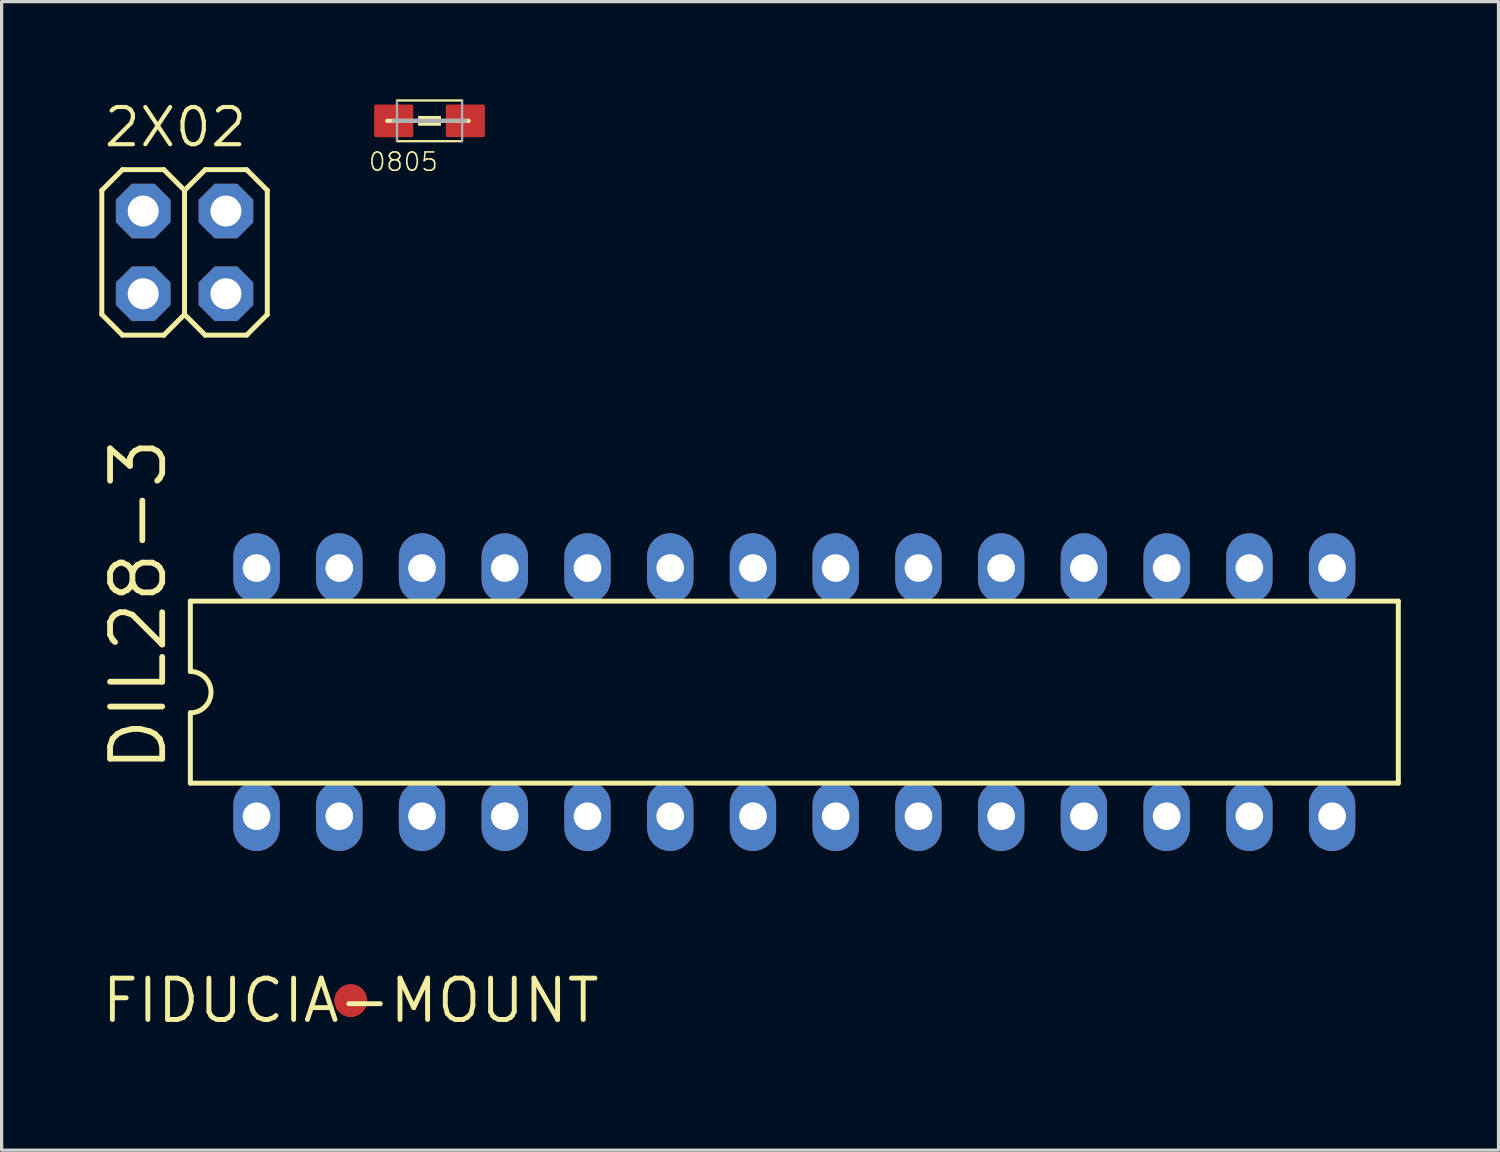
<source format=kicad_pcb>
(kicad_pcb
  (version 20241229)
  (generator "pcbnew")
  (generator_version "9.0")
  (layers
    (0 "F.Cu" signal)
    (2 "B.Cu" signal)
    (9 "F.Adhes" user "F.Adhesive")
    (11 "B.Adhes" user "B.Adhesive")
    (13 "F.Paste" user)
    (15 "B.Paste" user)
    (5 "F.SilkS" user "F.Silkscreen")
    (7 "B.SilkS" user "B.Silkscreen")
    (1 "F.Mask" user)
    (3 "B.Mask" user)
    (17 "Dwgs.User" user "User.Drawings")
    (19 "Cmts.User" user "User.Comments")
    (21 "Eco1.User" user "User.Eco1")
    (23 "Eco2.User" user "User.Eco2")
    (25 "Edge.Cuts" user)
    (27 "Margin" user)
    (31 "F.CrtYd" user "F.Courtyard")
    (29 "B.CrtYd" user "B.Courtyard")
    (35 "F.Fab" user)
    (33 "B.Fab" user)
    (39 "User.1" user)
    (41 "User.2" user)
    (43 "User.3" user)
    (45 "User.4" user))
  (footprint "DIL28-3"
    (layer "F.Cu")
    (at 21.336 18.199)
    (property "Reference" "DIL28-3" (at -19.202 2.54 90) (layer "F.SilkS") (effects (font (size 1.6 1.6) (thickness 0.178)) (justify left bottom)))
    (fp_line (start -18.542 -2.794) (end -18.542 -0.635) (stroke (width 0.152) (type solid)) (layer "F.SilkS"))
    (fp_line (start -18.542 -2.794) (end 18.542 -2.794) (stroke (width 0.152) (type solid)) (layer "F.SilkS"))
    (fp_line (start -18.542 0.635) (end -18.542 2.794) (stroke (width 0.152) (type solid)) (layer "F.SilkS"))
    (fp_line (start -18.542 2.794) (end 18.542 2.794) (stroke (width 0.152) (type solid)) (layer "F.SilkS"))
    (fp_line (start 18.542 -2.794) (end 18.542 2.794) (stroke (width 0.152) (type solid)) (layer "F.SilkS"))
    (fp_arc (start -18.542 -0.635) (mid -17.907 0) (end -18.542 0.635) (stroke (width 0.1524) (type solid)) (layer "F.SilkS"))
    (pad "1" thru_hole oval (at -16.51 3.81 90) (size 2.134 1.422) (drill 0.85) (layers "*.Cu" "*.Mask"))
    (pad "2" thru_hole oval (at -13.97 3.81 90) (size 2.134 1.422) (drill 0.85) (layers "*.Cu" "*.Mask"))
    (pad "3" thru_hole oval (at -11.43 3.81 90) (size 2.134 1.422) (drill 0.85) (layers "*.Cu" "*.Mask"))
    (pad "4" thru_hole oval (at -8.89 3.81 90) (size 2.134 1.422) (drill 0.85) (layers "*.Cu" "*.Mask"))
    (pad "5" thru_hole oval (at -6.35 3.81 90) (size 2.134 1.422) (drill 0.85) (layers "*.Cu" "*.Mask"))
    (pad "6" thru_hole oval (at -3.81 3.81 90) (size 2.134 1.422) (drill 0.85) (layers "*.Cu" "*.Mask"))
    (pad "7" thru_hole oval (at -1.27 3.81 90) (size 2.134 1.422) (drill 0.85) (layers "*.Cu" "*.Mask"))
    (pad "8" thru_hole oval (at 1.27 3.81 90) (size 2.134 1.422) (drill 0.85) (layers "*.Cu" "*.Mask"))
    (pad "9" thru_hole oval (at 3.81 3.81 90) (size 2.134 1.422) (drill 0.85) (layers "*.Cu" "*.Mask"))
    (pad "10" thru_hole oval (at 6.35 3.81 90) (size 2.134 1.422) (drill 0.85) (layers "*.Cu" "*.Mask"))
    (pad "11" thru_hole oval (at 8.89 3.81 90) (size 2.134 1.422) (drill 0.85) (layers "*.Cu" "*.Mask"))
    (pad "12" thru_hole oval (at 11.43 3.81 90) (size 2.134 1.422) (drill 0.85) (layers "*.Cu" "*.Mask"))
    (pad "13" thru_hole oval (at 13.97 3.81 90) (size 2.134 1.422) (drill 0.85) (layers "*.Cu" "*.Mask"))
    (pad "14" thru_hole oval (at 16.51 3.81 90) (size 2.134 1.422) (drill 0.85) (layers "*.Cu" "*.Mask"))
    (pad "15" thru_hole oval (at 16.51 -3.81 90) (size 2.134 1.422) (drill 0.85) (layers "*.Cu" "*.Mask"))
    (pad "16" thru_hole oval (at 13.97 -3.81 90) (size 2.134 1.422) (drill 0.85) (layers "*.Cu" "*.Mask"))
    (pad "17" thru_hole oval (at 11.43 -3.81 90) (size 2.134 1.422) (drill 0.85) (layers "*.Cu" "*.Mask"))
    (pad "18" thru_hole oval (at 8.89 -3.81 90) (size 2.134 1.422) (drill 0.85) (layers "*.Cu" "*.Mask"))
    (pad "19" thru_hole oval (at 6.35 -3.81 90) (size 2.134 1.422) (drill 0.85) (layers "*.Cu" "*.Mask"))
    (pad "20" thru_hole oval (at 3.81 -3.81 90) (size 2.134 1.422) (drill 0.85) (layers "*.Cu" "*.Mask"))
    (pad "21" thru_hole oval (at 1.27 -3.81 90) (size 2.134 1.422) (drill 0.85) (layers "*.Cu" "*.Mask"))
    (pad "22" thru_hole oval (at -1.27 -3.81 90) (size 2.134 1.422) (drill 0.85) (layers "*.Cu" "*.Mask"))
    (pad "23" thru_hole oval (at -3.81 -3.81 90) (size 2.134 1.422) (drill 0.85) (layers "*.Cu" "*.Mask"))
    (pad "24" thru_hole oval (at -6.35 -3.81 90) (size 2.134 1.422) (drill 0.85) (layers "*.Cu" "*.Mask"))
    (pad "25" thru_hole oval (at -8.89 -3.81 90) (size 2.134 1.422) (drill 0.85) (layers "*.Cu" "*.Mask"))
    (pad "26" thru_hole oval (at -11.43 -3.81 90) (size 2.134 1.422) (drill 0.85) (layers "*.Cu" "*.Mask"))
    (pad "27" thru_hole oval (at -13.97 -3.81 90) (size 2.134 1.422) (drill 0.85) (layers "*.Cu" "*.Mask"))
    (pad "28" thru_hole oval (at -16.51 -3.81 90) (size 2.134 1.422) (drill 0.85) (layers "*.Cu" "*.Mask")))
  (footprint "0805"
    (layer "F.Cu")
    (at 10.137 0.66)
    (property "Reference" "0805" (at -1.905 1.587 0) (layer "F.SilkS") (effects (font (size 0.561 0.561) (thickness 0.049)) (justify left bottom)))
    (fp_line (start -1.3 0) (end 1.2 0) (stroke (width 0.127) (type solid)) (layer "F.SilkS"))
    (fp_line (start -1 -0.625) (end 1 -0.625) (stroke (width 0.07) (type solid)) (layer "F.SilkS"))
    (fp_line (start 1 0.625) (end -1 0.625) (stroke (width 0.07) (type solid)) (layer "F.SilkS"))
    (fp_poly (pts (xy -0.35 0.15) (xy 0.35 0.15) (xy 0.35 -0.15) (xy -0.35 -0.15)) (stroke (width 0) (type default)) (fill yes) (layer "F.SilkS"))
    (fp_line (start -1.1 0) (end 1.1 0) (stroke (width 0.127) (type solid)) (layer "F.Fab"))
    (fp_line (start -1 0.625) (end -1 -0.625) (stroke (width 0.07) (type solid)) (layer "F.Fab"))
    (fp_line (start 1 -0.625) (end 1 0.625) (stroke (width 0.07) (type solid)) (layer "F.Fab"))
    (pad "1" smd roundrect (at -1.1 0) (size 1.2 1) (layers "F.Cu" "F.Mask" "F.Paste") (roundrect_rratio 0.051))
    (pad "2" smd roundrect (at 1.1 0) (size 1.2 1) (layers "F.Cu" "F.Mask" "F.Paste") (roundrect_rratio 0.051)))
  (footprint "FIDUCIA-MOUNT"
    (layer "F.Cu")
    (at 7.718 27.668)
    (property "Reference" "FIDUCIA-MOUNT" (at 0 0 0) (layer "F.SilkS") (effects (font (size 1.27 1.27) (thickness 0.15))))
    (fp_circle (center 0 0) (end 0.5 0) (stroke (width 2.184) (type solid)) (fill no) (layer "F.Mask"))
    (pad "P$1" smd roundrect (at 0 0) (size 1.016 1.016) (layers "F.Cu" "F.Mask" "F.Paste") (roundrect_rratio 0.5))
    (zone (net_name "") (layer "F.Cu") (hatch edge 0.5) (connect_pads) (min_thickness 0.25) (filled_areas_thickness no) (keepout (tracks not_allowed) (vias not_allowed) (pads not_allowed) (copperpour not_allowed) (footprints allowed)) (placement (enabled no)) (fill) (polygon (pts (xy 9.281 27.668) (xy 9.261 27.418) (xy 9.201 27.173) (xy 9.102 26.942) (xy 8.968 26.729) (xy 8.801 26.541) (xy 8.606 26.382) (xy 8.388 26.256) (xy 8.153 26.167) (xy 7.906 26.116) (xy 7.655 26.106) (xy 7.405 26.136) (xy 7.164 26.206) (xy 6.936 26.314) (xy 6.729 26.457) (xy 6.548 26.632) (xy 6.397 26.833) (xy 6.28 27.056) (xy 6.2 27.294) (xy 6.16 27.543) (xy 6.16 27.794) (xy 6.2 28.043) (xy 6.28 28.281) (xy 6.397 28.504) (xy 6.548 28.705) (xy 6.729 28.879) (xy 6.936 29.022) (xy 7.164 29.13) (xy 7.405 29.2) (xy 7.655 29.231) (xy 7.906 29.22) (xy 8.153 29.17) (xy 8.388 29.081) (xy 8.606 28.955) (xy 8.801 28.796) (xy 8.968 28.608) (xy 9.102 28.395) (xy 9.201 28.163) (xy 9.261 27.919))) (polygon (pts (xy 9.154 27.668) (xy 9.135 27.432) (xy 9.077 27.202) (xy 8.981 26.985) (xy 8.852 26.786) (xy 8.691 26.611) (xy 8.504 26.466) (xy 8.295 26.353) (xy 8.071 26.276) (xy 7.837 26.237) (xy 7.599 26.237) (xy 7.365 26.276) (xy 7.141 26.353) (xy 6.932 26.466) (xy 6.745 26.611) (xy 6.584 26.786) (xy 6.455 26.985) (xy 6.359 27.202) (xy 6.301 27.432) (xy 6.281 27.668) (xy 6.301 27.905) (xy 6.359 28.135) (xy 6.455 28.352) (xy 6.584 28.551) (xy 6.745 28.725) (xy 6.932 28.871) (xy 7.141 28.984) (xy 7.365 29.061) (xy 7.599 29.1) (xy 7.837 29.1) (xy 8.071 29.061) (xy 8.295 28.984) (xy 8.504 28.871) (xy 8.691 28.725) (xy 8.852 28.551) (xy 8.981 28.352) (xy 9.077 28.135) (xy 9.135 27.905)))))
  (footprint "2X02"
    (layer "F.Cu")
    (at 2.616 4.699)
    (property "Reference" "2X02" (at -2.54 -3.175 0) (layer "F.SilkS") (effects (font (size 1.143 1.143) (thickness 0.127)) (justify left bottom)))
    (fp_line (start -2.54 -1.905) (end -1.905 -2.54) (stroke (width 0.152) (type solid)) (layer "F.SilkS"))
    (fp_line (start -2.54 1.905) (end -2.54 -1.905) (stroke (width 0.152) (type solid)) (layer "F.SilkS"))
    (fp_line (start -2.54 1.905) (end -1.905 2.54) (stroke (width 0.152) (type solid)) (layer "F.SilkS"))
    (fp_line (start -1.905 -2.54) (end -0.635 -2.54) (stroke (width 0.152) (type solid)) (layer "F.SilkS"))
    (fp_line (start -1.905 2.54) (end -0.635 2.54) (stroke (width 0.152) (type solid)) (layer "F.SilkS"))
    (fp_line (start -0.635 -2.54) (end 0 -1.905) (stroke (width 0.152) (type solid)) (layer "F.SilkS"))
    (fp_line (start -0.635 2.54) (end 0 1.905) (stroke (width 0.152) (type solid)) (layer "F.SilkS"))
    (fp_line (start 0 -1.905) (end 0 1.905) (stroke (width 0.152) (type solid)) (layer "F.SilkS"))
    (fp_line (start 0 -1.905) (end 0.635 -2.54) (stroke (width 0.152) (type solid)) (layer "F.SilkS"))
    (fp_line (start 0 1.905) (end 0.635 2.54) (stroke (width 0.152) (type solid)) (layer "F.SilkS"))
    (fp_line (start 0.635 -2.54) (end 1.905 -2.54) (stroke (width 0.152) (type solid)) (layer "F.SilkS"))
    (fp_line (start 0.635 2.54) (end 1.905 2.54) (stroke (width 0.152) (type solid)) (layer "F.SilkS"))
    (fp_line (start 1.905 -2.54) (end 2.54 -1.905) (stroke (width 0.152) (type solid)) (layer "F.SilkS"))
    (fp_line (start 1.905 2.54) (end 2.54 1.905) (stroke (width 0.152) (type solid)) (layer "F.SilkS"))
    (fp_line (start 2.54 -1.905) (end 2.54 1.905) (stroke (width 0.152) (type solid)) (layer "F.SilkS"))
    (fp_poly (pts (xy -1.524 -1.016) (xy -1.016 -1.016) (xy -1.016 -1.524) (xy -1.524 -1.524)) (stroke (width 0.1) (type default)) (fill no) (layer "F.Fab"))
    (fp_poly (pts (xy -1.524 1.524) (xy -1.016 1.524) (xy -1.016 1.016) (xy -1.524 1.016)) (stroke (width 0.1) (type default)) (fill no) (layer "F.Fab"))
    (fp_poly (pts (xy 1.016 -1.016) (xy 1.524 -1.016) (xy 1.524 -1.524) (xy 1.016 -1.524)) (stroke (width 0.1) (type default)) (fill no) (layer "F.Fab"))
    (fp_poly (pts (xy 1.016 1.524) (xy 1.524 1.524) (xy 1.524 1.016) (xy 1.016 1.016)) (stroke (width 0.1) (type default)) (fill no) (layer "F.Fab"))
    (pad "1" thru_hole roundrect (at -1.27 1.27) (size 1.676 1.676) (drill 0.95) (layers "*.Cu" "*.Mask") (roundrect_rratio 0.25) (chamfer_ratio 0.293) (chamfer top_left top_right bottom_left bottom_right))
    (pad "2" thru_hole roundrect (at -1.27 -1.27) (size 1.676 1.676) (drill 0.95) (layers "*.Cu" "*.Mask") (roundrect_rratio 0.25) (chamfer_ratio 0.293) (chamfer top_left top_right bottom_left bottom_right))
    (pad "3" thru_hole roundrect (at 1.27 1.27) (size 1.676 1.676) (drill 0.95) (layers "*.Cu" "*.Mask") (roundrect_rratio 0.25) (chamfer_ratio 0.293) (chamfer top_left top_right bottom_left bottom_right))
    (pad "4" thru_hole roundrect (at 1.27 -1.27) (size 1.676 1.676) (drill 0.95) (layers "*.Cu" "*.Mask") (roundrect_rratio 0.25) (chamfer_ratio 0.293) (chamfer top_left top_right bottom_left bottom_right)))
  (gr_rect
    (start -3 -3)
    (end 42.954 32.261)
    (stroke (width 0.1) (type default))
    (fill no)
    (layer "Edge.Cuts")))
</source>
